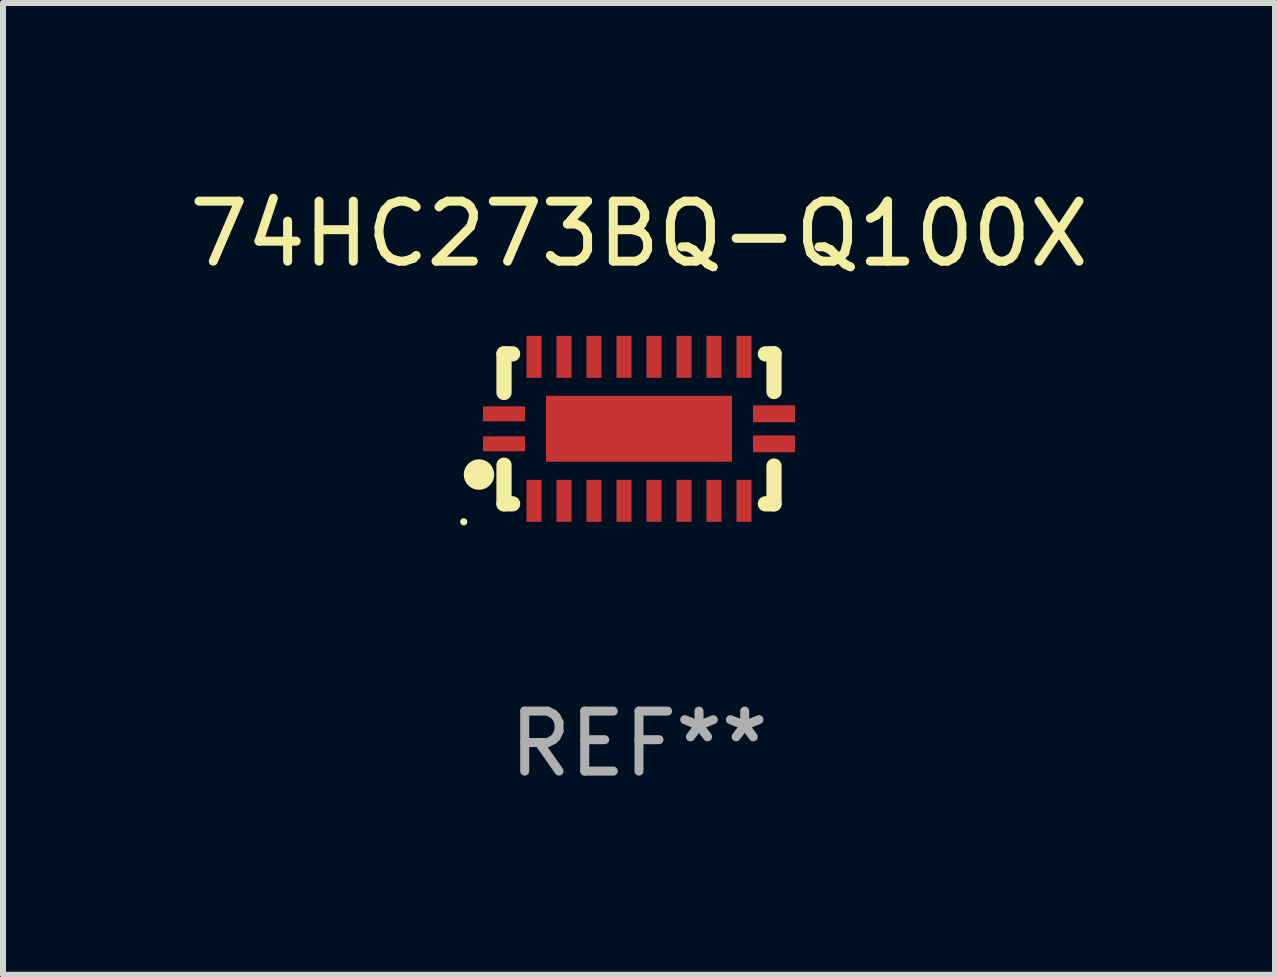
<source format=kicad_pcb>
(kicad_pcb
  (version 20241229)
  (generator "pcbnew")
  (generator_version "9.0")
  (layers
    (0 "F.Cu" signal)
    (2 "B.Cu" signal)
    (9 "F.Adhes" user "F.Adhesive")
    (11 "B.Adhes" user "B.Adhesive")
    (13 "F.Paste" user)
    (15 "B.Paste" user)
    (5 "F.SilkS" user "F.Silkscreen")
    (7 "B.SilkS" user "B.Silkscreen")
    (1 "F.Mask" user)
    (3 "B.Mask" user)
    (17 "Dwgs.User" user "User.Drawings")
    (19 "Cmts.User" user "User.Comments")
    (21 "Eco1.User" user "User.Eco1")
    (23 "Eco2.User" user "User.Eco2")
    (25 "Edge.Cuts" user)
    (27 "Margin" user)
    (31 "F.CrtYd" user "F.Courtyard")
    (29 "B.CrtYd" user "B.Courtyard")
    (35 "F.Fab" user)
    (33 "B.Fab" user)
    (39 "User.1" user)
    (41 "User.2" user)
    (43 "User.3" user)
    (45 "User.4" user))
  (footprint "74HC273BQ-Q100X"
    (layer "F.Cu")
    (at 7.601 4.098)
    (property "Reference" "74HC273BQ-Q100X" (at 0 -3.25 0) (layer "F.SilkS") (effects (font (size 1 1) (thickness 0.15))))
    (attr through_hole)
    (fp_line (start -2.25 0.605) (end -2.25 1.25) (stroke (width 0.254) (type solid)) (layer "F.SilkS"))
    (fp_line (start -2.25 1.25) (end -2.107 1.25) (stroke (width 0.254) (type solid)) (layer "F.SilkS"))
    (fp_line (start -2.25 -1.25) (end -2.25 -0.606) (stroke (width 0.254) (type solid)) (layer "F.SilkS"))
    (fp_line (start -2.25 -1.25) (end -2.107 -1.25) (stroke (width 0.254) (type solid)) (layer "F.SilkS"))
    (fp_line (start 2.107 -1.25) (end 2.25 -1.25) (stroke (width 0.254) (type solid)) (layer "F.SilkS"))
    (fp_line (start 2.107 1.25) (end 2.25 1.25) (stroke (width 0.254) (type solid)) (layer "F.SilkS"))
    (fp_line (start 2.25 -1.25) (end 2.25 -0.622) (stroke (width 0.254) (type solid)) (layer "F.SilkS"))
    (fp_line (start 2.25 0.62) (end 2.25 1.25) (stroke (width 0.254) (type solid)) (layer "F.SilkS"))
    (fp_circle (center -2.921 1.55) (end -2.891 1.55) (stroke (width 0.06) (type solid)) (fill no) (layer "F.SilkS"))
    (fp_circle (center -2.667 0.762) (end -2.54 0.762) (stroke (width 0.254) (type solid)) (fill no) (layer "F.SilkS"))
    (fp_text user "REF**" (at 0 5.25 0) (layer "F.Fab") (effects (font (size 1 1) (thickness 0.15))))
    (pad "1" smd rect (at -2.25 0.25 180) (size 0.7 0.25) (layers "F.Cu" "F.Mask" "F.Paste"))
    (pad "2" smd rect (at -1.75 1.2 90) (size 0.7 0.25) (layers "F.Cu" "F.Mask" "F.Paste"))
    (pad "3" smd rect (at -1.25 1.2 90) (size 0.7 0.25) (layers "F.Cu" "F.Mask" "F.Paste"))
    (pad "4" smd rect (at -0.751 1.2 90) (size 0.7 0.25) (layers "F.Cu" "F.Mask" "F.Paste"))
    (pad "5" smd rect (at -0.25 1.2 90) (size 0.7 0.25) (layers "F.Cu" "F.Mask" "F.Paste"))
    (pad "6" smd rect (at 0.25 1.2 90) (size 0.7 0.25) (layers "F.Cu" "F.Mask" "F.Paste"))
    (pad "7" smd rect (at 0.751 1.2 90) (size 0.7 0.25) (layers "F.Cu" "F.Mask" "F.Paste"))
    (pad "8" smd rect (at 1.25 1.2 90) (size 0.7 0.25) (layers "F.Cu" "F.Mask" "F.Paste"))
    (pad "9" smd rect (at 1.75 1.2 90) (size 0.7 0.25) (layers "F.Cu" "F.Mask" "F.Paste"))
    (pad "10" smd rect (at 2.25 0.25 180) (size 0.7 0.28) (layers "F.Cu" "F.Mask" "F.Paste"))
    (pad "11" smd rect (at 2.25 -0.251 180) (size 0.7 0.28) (layers "F.Cu" "F.Mask" "F.Paste"))
    (pad "12" smd rect (at 1.75 -1.2 90) (size 0.7 0.25) (layers "F.Cu" "F.Mask" "F.Paste"))
    (pad "13" smd rect (at 1.25 -1.2 90) (size 0.7 0.25) (layers "F.Cu" "F.Mask" "F.Paste"))
    (pad "14" smd rect (at 0.751 -1.2 90) (size 0.7 0.25) (layers "F.Cu" "F.Mask" "F.Paste"))
    (pad "15" smd rect (at 0.25 -1.2 90) (size 0.7 0.25) (layers "F.Cu" "F.Mask" "F.Paste"))
    (pad "16" smd rect (at -0.25 -1.2 90) (size 0.7 0.25) (layers "F.Cu" "F.Mask" "F.Paste"))
    (pad "17" smd rect (at -0.751 -1.2 90) (size 0.7 0.25) (layers "F.Cu" "F.Mask" "F.Paste"))
    (pad "18" smd rect (at -1.25 -1.2 90) (size 0.7 0.25) (layers "F.Cu" "F.Mask" "F.Paste"))
    (pad "19" smd rect (at -1.75 -1.2 90) (size 0.7 0.25) (layers "F.Cu" "F.Mask" "F.Paste"))
    (pad "20" smd rect (at -2.25 -0.25 180) (size 0.7 0.25) (layers "F.Cu" "F.Mask" "F.Paste"))
    (pad "21" smd rect (at 0 -0.001 180) (size 3.1 1.1) (layers "F.Cu" "F.Mask" "F.Paste")))
  (gr_rect
    (start -3 -3)
    (end 18.202 13.197)
    (stroke (width 0.1) (type default))
    (fill no)
    (layer "Edge.Cuts")))
</source>
